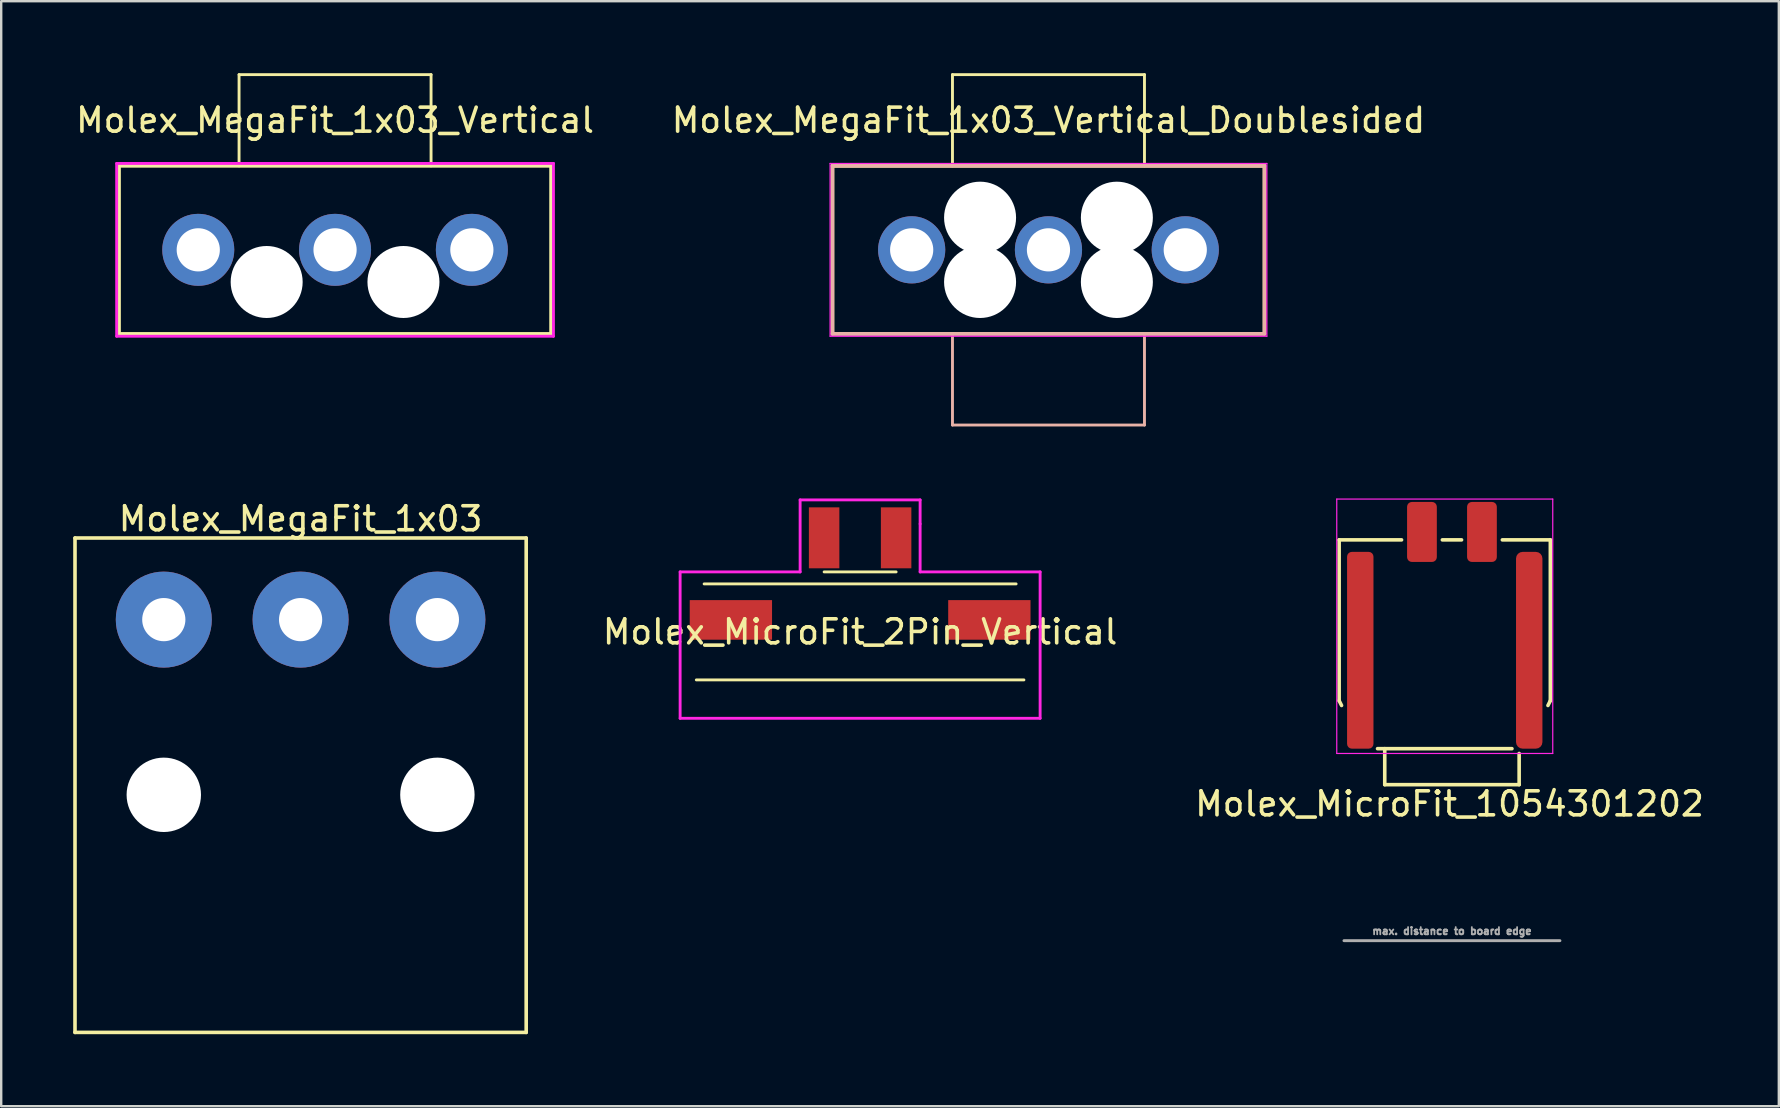
<source format=kicad_pcb>
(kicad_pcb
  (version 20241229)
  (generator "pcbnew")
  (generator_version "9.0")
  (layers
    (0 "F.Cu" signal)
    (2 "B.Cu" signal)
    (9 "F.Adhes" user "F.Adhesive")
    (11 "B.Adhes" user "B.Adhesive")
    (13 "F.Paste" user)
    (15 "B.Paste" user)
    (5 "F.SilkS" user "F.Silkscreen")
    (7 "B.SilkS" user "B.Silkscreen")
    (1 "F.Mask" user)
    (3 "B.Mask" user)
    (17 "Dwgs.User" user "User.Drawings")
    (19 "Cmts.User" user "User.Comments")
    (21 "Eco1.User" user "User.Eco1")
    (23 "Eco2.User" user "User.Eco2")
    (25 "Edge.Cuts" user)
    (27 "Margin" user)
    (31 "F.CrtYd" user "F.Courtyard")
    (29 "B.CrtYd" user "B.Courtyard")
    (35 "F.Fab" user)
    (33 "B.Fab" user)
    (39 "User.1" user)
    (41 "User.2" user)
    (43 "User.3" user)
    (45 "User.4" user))
  (footprint "Molex_MegaFit_1x03_Vertical_Doublesided"
    (layer "F.Cu")
    (at 40.637 7.36)
    (property "Reference" "Molex_MegaFit_1x03_Vertical_Doublesided" (at 0 -5.4 0) (layer "F.SilkS") (effects (font (size 1 1) (thickness 0.15))))
    (attr through_hole)
    (fp_line (start -9 -3.5) (end -9 3.5) (stroke (width 0.15) (type solid)) (layer "F.SilkS"))
    (fp_line (start -9 3.5) (end 9 3.5) (stroke (width 0.15) (type solid)) (layer "F.SilkS"))
    (fp_line (start -4 -7.3) (end 4 -7.3) (stroke (width 0.12) (type solid)) (layer "F.SilkS"))
    (fp_line (start -4 -3.5) (end -4 -7.3) (stroke (width 0.12) (type solid)) (layer "F.SilkS"))
    (fp_line (start 4 -7.3) (end 4 -3.5) (stroke (width 0.12) (type solid)) (layer "F.SilkS"))
    (fp_line (start 9 -3.5) (end -9 -3.5) (stroke (width 0.15) (type solid)) (layer "F.SilkS"))
    (fp_line (start 9 3.5) (end 9 -3.5) (stroke (width 0.15) (type solid)) (layer "F.SilkS"))
    (fp_line (start -9 -3.5) (end -9 3.5) (stroke (width 0.15) (type solid)) (layer "B.SilkS"))
    (fp_line (start -9 3.5) (end 9 3.5) (stroke (width 0.15) (type solid)) (layer "B.SilkS"))
    (fp_line (start -4 7.3) (end -4 3.5) (stroke (width 0.12) (type solid)) (layer "B.SilkS"))
    (fp_line (start 4 3.5) (end 4 7.3) (stroke (width 0.12) (type solid)) (layer "B.SilkS"))
    (fp_line (start 4 7.3) (end -4 7.3) (stroke (width 0.12) (type solid)) (layer "B.SilkS"))
    (fp_line (start 9 -3.5) (end -9 -3.5) (stroke (width 0.15) (type solid)) (layer "B.SilkS"))
    (fp_line (start 9 3.5) (end 9 -3.5) (stroke (width 0.15) (type solid)) (layer "B.SilkS"))
    (fp_line (start -9.1 -3.6) (end -9.1 3.6) (stroke (width 0.05) (type solid)) (layer "F.CrtYd"))
    (fp_line (start -9.1 3.6) (end 9.1 3.6) (stroke (width 0.05) (type solid)) (layer "F.CrtYd"))
    (fp_line (start 9.1 -3.6) (end -9.1 -3.6) (stroke (width 0.05) (type solid)) (layer "F.CrtYd"))
    (fp_line (start 9.1 3.6) (end 9.1 -3.6) (stroke (width 0.05) (type solid)) (layer "F.CrtYd"))
    (pad "" np_thru_hole circle (at -2.85 -1.34) (size 3 3) (drill 3) (layers "*.Cu" "*.Mask"))
    (pad "" np_thru_hole circle (at -2.85 1.34) (size 3 3) (drill 3) (layers "*.Cu" "*.Mask"))
    (pad "" np_thru_hole circle (at 2.85 -1.34) (size 3 3) (drill 3) (layers "*.Cu" "*.Mask"))
    (pad "" np_thru_hole circle (at 2.85 1.34) (size 3 3) (drill 3) (layers "*.Cu" "*.Mask"))
    (pad "1" thru_hole circle (at 5.7 0) (size 2.8 2.8) (drill 1.8) (layers "*.Cu" "*.Mask"))
    (pad "2" thru_hole circle (at 0 0) (size 2.8 2.8) (drill 1.8) (layers "*.Cu" "*.Mask"))
    (pad "3" thru_hole circle (at -5.7 0) (size 2.8 2.8) (drill 1.8) (layers "*.Cu" "*.Mask")))
  (footprint "Molex_MegaFit_1x03_Vertical"
    (layer "F.Cu")
    (at 10.911 7.36)
    (property "Reference" "Molex_MegaFit_1x03_Vertical" (at 0 -5.4 0) (layer "F.SilkS") (effects (font (size 1 1) (thickness 0.15))))
    (attr through_hole)
    (fp_line (start -9 -3.5) (end -9 3.5) (stroke (width 0.15) (type solid)) (layer "F.SilkS"))
    (fp_line (start -9 3.5) (end 9 3.5) (stroke (width 0.15) (type solid)) (layer "F.SilkS"))
    (fp_line (start -4 -7.3) (end 4 -7.3) (stroke (width 0.12) (type solid)) (layer "F.SilkS"))
    (fp_line (start -4 -3.5) (end -4 -7.3) (stroke (width 0.12) (type solid)) (layer "F.SilkS"))
    (fp_line (start 4 -7.3) (end 4 -3.5) (stroke (width 0.12) (type solid)) (layer "F.SilkS"))
    (fp_line (start 9 -3.5) (end -9 -3.5) (stroke (width 0.15) (type solid)) (layer "F.SilkS"))
    (fp_line (start 9 3.5) (end 9 -3.5) (stroke (width 0.15) (type solid)) (layer "F.SilkS"))
    (fp_line (start -9.1 -3.6) (end -9.1 3.6) (stroke (width 0.12) (type solid)) (layer "F.CrtYd"))
    (fp_line (start -9.1 3.6) (end 9.1 3.6) (stroke (width 0.12) (type solid)) (layer "F.CrtYd"))
    (fp_line (start 9.1 -3.6) (end -9.1 -3.6) (stroke (width 0.12) (type solid)) (layer "F.CrtYd"))
    (fp_line (start 9.1 3.6) (end 9.1 -3.6) (stroke (width 0.12) (type solid)) (layer "F.CrtYd"))
    (pad "" np_thru_hole circle (at -2.85 1.34) (size 3 3) (drill 3) (layers "*.Cu" "*.Mask"))
    (pad "" np_thru_hole circle (at 2.85 1.34) (size 3 3) (drill 3) (layers "*.Cu" "*.Mask"))
    (pad "1" thru_hole circle (at 5.7 0) (size 3 3) (drill 1.8) (layers "*.Cu" "*.Mask"))
    (pad "2" thru_hole circle (at 0 0) (size 3 3) (drill 1.8) (layers "*.Cu" "*.Mask"))
    (pad "3" thru_hole circle (at -5.7 0) (size 3 3) (drill 1.8) (layers "*.Cu" "*.Mask")))
  (footprint "Molex_MicroFit_1054301202"
    (layer "F.Cu")
    (at 57.449 28.145)
    (property "Reference" "Molex_MicroFit_1054301202" (at -0.1 2.3 0) (layer "F.SilkS") (effects (font (size 1 1) (thickness 0.15))))
    (attr through_hole)
    (fp_line (start -4.7 -8.7) (end -4.7 -2) (stroke (width 0.15) (type solid)) (layer "F.SilkS"))
    (fp_line (start -4.7 -8.7) (end -2.1 -8.7) (stroke (width 0.15) (type solid)) (layer "F.SilkS"))
    (fp_line (start -4.7 -2) (end -4.6 -1.8) (stroke (width 0.15) (type solid)) (layer "F.SilkS"))
    (fp_line (start -3.1 0) (end 2.5 0) (stroke (width 0.15) (type solid)) (layer "F.SilkS"))
    (fp_line (start -2.8 1.5) (end -2.8 0) (stroke (width 0.15) (type solid)) (layer "F.SilkS"))
    (fp_line (start -2.8 1.5) (end 2.8 1.5) (stroke (width 0.15) (type solid)) (layer "F.SilkS"))
    (fp_line (start -0.4 -8.7) (end 0.4 -8.7) (stroke (width 0.15) (type solid)) (layer "F.SilkS"))
    (fp_line (start 2.1 -8.7) (end 4.1 -8.7) (stroke (width 0.15) (type solid)) (layer "F.SilkS"))
    (fp_line (start 2.8 1.5) (end 2.8 0.2) (stroke (width 0.15) (type solid)) (layer "F.SilkS"))
    (fp_line (start 4.1 -8.7) (end 4.1 -2) (stroke (width 0.15) (type solid)) (layer "F.SilkS"))
    (fp_line (start 4.1 -2) (end 4 -1.8) (stroke (width 0.15) (type solid)) (layer "F.SilkS"))
    (fp_line (start -4.8 0.2) (end -4.8 -10.4) (stroke (width 0.05) (type solid)) (layer "F.CrtYd"))
    (fp_line (start 4.2 -10.4) (end -4.8 -10.4) (stroke (width 0.05) (type solid)) (layer "F.CrtYd"))
    (fp_line (start 4.2 0.2) (end -4.8 0.2) (stroke (width 0.05) (type solid)) (layer "F.CrtYd"))
    (fp_line (start 4.2 0.2) (end 4.2 -10.4) (stroke (width 0.05) (type solid)) (layer "F.CrtYd"))
    (fp_line (start -4.5 8) (end 4.5 8) (stroke (width 0.12) (type solid)) (layer "F.Fab"))
    (fp_text user "max. distance to board edge" (at 0 7.6 0) (layer "F.Fab") (effects (font (size 0.3 0.3) (thickness 0.075))))
    (pad "1" smd roundrect (at -1.25 -9.03) (size 1.24 2.5) (layers "F.Cu" "F.Mask" "F.Paste") (roundrect_rratio 0.161))
    (pad "2" smd roundrect (at 1.25 -9.03) (size 1.24 2.5) (layers "F.Cu" "F.Mask" "F.Paste") (roundrect_rratio 0.161))
    (pad "MP" smd roundrect (at -3.82 -4.1) (size 1.1 8.2) (layers "F.Cu" "F.Mask" "F.Paste") (roundrect_rratio 0.182))
    (pad "MP" smd roundrect (at 3.22 -4.1) (size 1.1 8.2) (layers "F.Cu" "F.Mask" "F.Paste") (roundrect_rratio 0.25)))
  (footprint "Molex_MicroFit_2Pin_Vertical"
    (layer "F.Cu")
    (at 32.789 22.78)
    (property "Reference" "Molex_MicroFit_2Pin_Vertical" (at 0 0.5 0) (layer "F.SilkS") (effects (font (size 1 1) (thickness 0.15))))
    (attr through_hole)
    (fp_line (start 1.5 -2) (end -1.5 -2) (stroke (width 0.12) (type solid)) (layer "F.SilkS"))
    (fp_line (start 6.5 -1.5) (end -6.5 -1.5) (stroke (width 0.12) (type solid)) (layer "F.SilkS"))
    (fp_line (start 6.825 2.5) (end -6.825 2.5) (stroke (width 0.12) (type solid)) (layer "F.SilkS"))
    (fp_line (start -7.5 -2) (end -7.5 4.1) (stroke (width 0.12) (type solid)) (layer "F.CrtYd"))
    (fp_line (start -7.5 -2) (end -2.5 -2) (stroke (width 0.12) (type solid)) (layer "F.CrtYd"))
    (fp_line (start -7.5 4.1) (end 7.5 4.1) (stroke (width 0.12) (type solid)) (layer "F.CrtYd"))
    (fp_line (start -2.5 -5) (end -2.5 -2) (stroke (width 0.12) (type solid)) (layer "F.CrtYd"))
    (fp_line (start 2.5 -5) (end -2.5 -5) (stroke (width 0.12) (type solid)) (layer "F.CrtYd"))
    (fp_line (start 2.5 -4) (end 2.5 -5) (stroke (width 0.12) (type solid)) (layer "F.CrtYd"))
    (fp_line (start 2.5 -2) (end 2.5 -4) (stroke (width 0.12) (type solid)) (layer "F.CrtYd"))
    (fp_line (start 7.5 -2) (end 2.5 -2) (stroke (width 0.12) (type solid)) (layer "F.CrtYd"))
    (fp_line (start 7.5 4.1) (end 7.5 -2) (stroke (width 0.12) (type solid)) (layer "F.CrtYd"))
    (pad "1" smd rect (at 1.5 -3.42) (size 1.27 2.54) (layers "F.Cu" "F.Mask" "F.Paste"))
    (pad "2" smd rect (at -1.5 -3.42) (size 1.27 2.54) (layers "F.Cu" "F.Mask" "F.Paste"))
    (pad "MP" smd rect (at -5.385 0) (size 3.43 1.65) (layers "F.Cu" "F.Mask" "F.Paste"))
    (pad "MP" smd rect (at 5.385 0) (size 3.43 1.65) (layers "F.Cu" "F.Mask" "F.Paste")))
  (footprint "Molex_MegaFit_1x03"
    (layer "F.Cu")
    (at 9.475 30.068)
    (property "Reference" "Molex_MegaFit_1x03" (at 0 -11.5 0) (layer "F.SilkS") (effects (font (size 1 1) (thickness 0.15))))
    (attr through_hole)
    (fp_line (start -9.4 -10.7) (end -9.4 9.9) (stroke (width 0.15) (type solid)) (layer "F.SilkS"))
    (fp_line (start -9.4 9.9) (end 9.4 9.9) (stroke (width 0.15) (type solid)) (layer "F.SilkS"))
    (fp_line (start 9.4 -10.7) (end -9.4 -10.7) (stroke (width 0.15) (type solid)) (layer "F.SilkS"))
    (fp_line (start 9.4 9.9) (end 9.4 -10.7) (stroke (width 0.15) (type solid)) (layer "F.SilkS"))
    (pad "" np_thru_hole circle (at -5.7 0) (size 3.1 3.1) (drill 3.1) (layers "*.Cu" "*.Mask"))
    (pad "" np_thru_hole circle (at 5.7 0) (size 3.1 3.1) (drill 3.1) (layers "*.Cu" "*.Mask"))
    (pad "1" thru_hole circle (at 5.7 -7.3) (size 4 4) (drill 1.8) (layers "*.Cu" "*.Mask"))
    (pad "2" thru_hole circle (at 0 -7.3) (size 4 4) (drill 1.8) (layers "*.Cu" "*.Mask"))
    (pad "3" thru_hole circle (at -5.7 -7.3) (size 4 4) (drill 1.8) (layers "*.Cu" "*.Mask")))
  (gr_rect
    (start -3 -3)
    (end 71.069 43.043)
    (stroke (width 0.1) (type default))
    (fill no)
    (layer "Edge.Cuts")))
</source>
